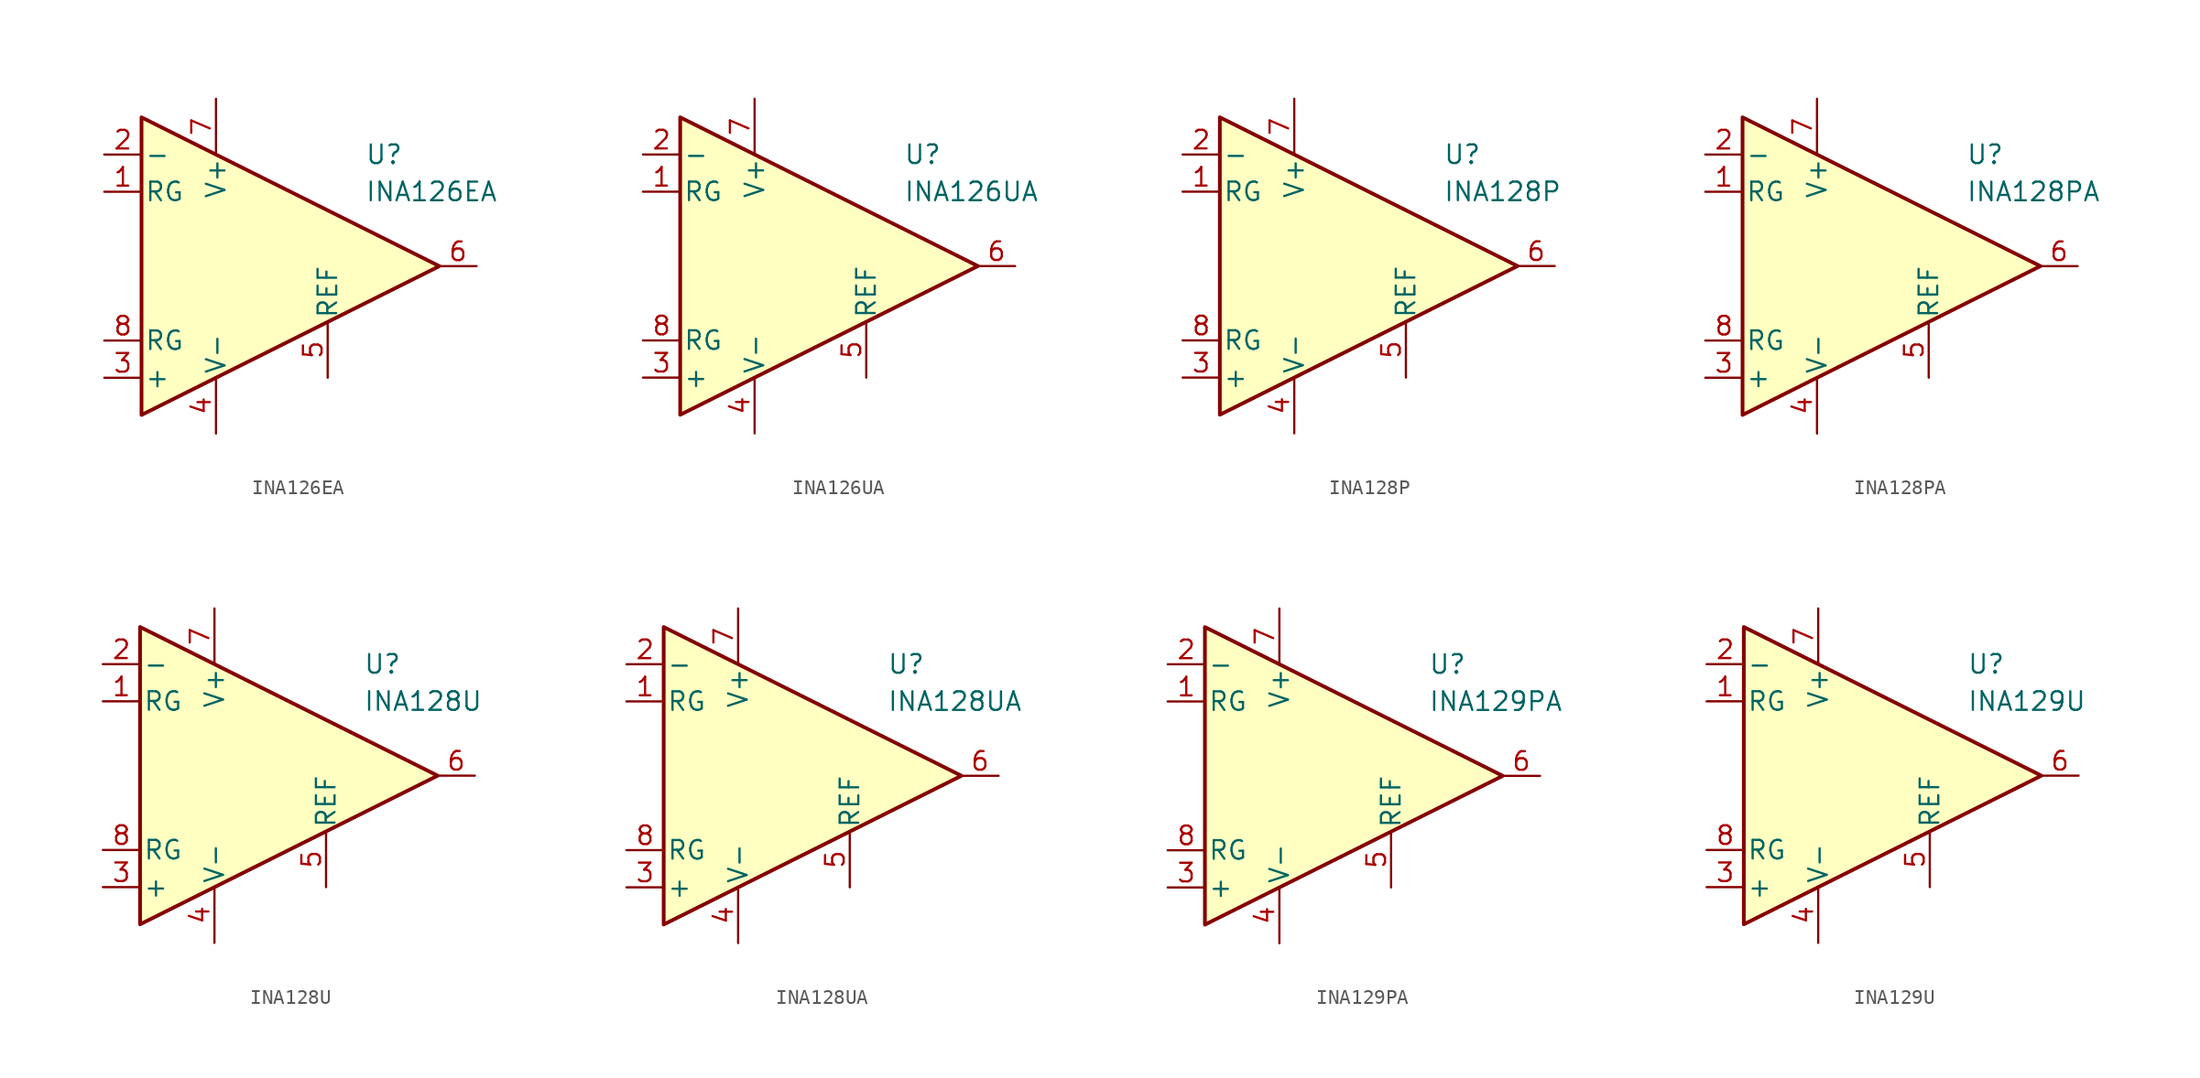
<source format=kicad_sym>
(kicad_symbol_lib
  (version 20211014)
  (generator kicad_symbol_editor)
  (symbol "INA126EA"
    (pin_names
      (offset 0.2))
    (property "Reference" "U"
      (at 6.35 7.62 0)
      (effects (font (size 1.27 1.27)) (justify left)))
    (property "Value" "INA126EA"
      (at 6.35 5.08 0)
      (effects (font (size 1.27 1.27)) (justify left)))
    (symbol "INA126EA_0_1"
      (polyline (pts (xy -8.89 10.16) (xy -8.89 -10.16) (xy 11.43 0) (xy -8.89 10.16)) (stroke (width 0.254) (type default) (color 0 0 0 0)) (fill (type background))))
    (symbol "INA126EA_1_1"
      (pin passive line (at -11.43 5.08 0) (length 2.54) (name "RG" (effects (font (size 1.27 1.27)))) (number "1" (effects (font (size 1.27 1.27)))))
      (pin input line (at -11.43 7.62 0) (length 2.54) (name "-" (effects (font (size 1.27 1.27)))) (number "2" (effects (font (size 1.27 1.27)))))
      (pin input line (at -11.43 -7.62 0) (length 2.54) (name "+" (effects (font (size 1.27 1.27)))) (number "3" (effects (font (size 1.27 1.27)))))
      (pin power_in line (at -3.81 -11.43 90) (length 3.81) (name "V-" (effects (font (size 1.27 1.27)))) (number "4" (effects (font (size 1.27 1.27)))))
      (pin input line (at 3.81 -7.62 90) (length 3.81) (name "REF" (effects (font (size 1.27 1.27)))) (number "5" (effects (font (size 1.27 1.27)))))
      (pin output line (at 13.97 0 180) (length 2.54) (name "~" (effects (font (size 1.27 1.27)))) (number "6" (effects (font (size 1.27 1.27)))))
      (pin power_in line (at -3.81 11.43 270) (length 3.81) (name "V+" (effects (font (size 1.27 1.27)))) (number "7" (effects (font (size 1.27 1.27)))))
      (pin passive line (at -11.43 -5.08 0) (length 2.54) (name "RG" (effects (font (size 1.27 1.27)))) (number "8" (effects (font (size 1.27 1.27)))))))
  (symbol "INA126UA"
    (pin_names
      (offset 0.2))
    (property "Reference" "U"
      (at 6.35 7.62 0)
      (effects (font (size 1.27 1.27)) (justify left)))
    (property "Value" "INA126UA"
      (at 6.35 5.08 0)
      (effects (font (size 1.27 1.27)) (justify left)))
    (symbol "INA126UA_0_1"
      (polyline (pts (xy -8.89 10.16) (xy -8.89 -10.16) (xy 11.43 0) (xy -8.89 10.16)) (stroke (width 0.254) (type default) (color 0 0 0 0)) (fill (type background))))
    (symbol "INA126UA_1_1"
      (pin passive line (at -11.43 5.08 0) (length 2.54) (name "RG" (effects (font (size 1.27 1.27)))) (number "1" (effects (font (size 1.27 1.27)))))
      (pin input line (at -11.43 7.62 0) (length 2.54) (name "-" (effects (font (size 1.27 1.27)))) (number "2" (effects (font (size 1.27 1.27)))))
      (pin input line (at -11.43 -7.62 0) (length 2.54) (name "+" (effects (font (size 1.27 1.27)))) (number "3" (effects (font (size 1.27 1.27)))))
      (pin power_in line (at -3.81 -11.43 90) (length 3.81) (name "V-" (effects (font (size 1.27 1.27)))) (number "4" (effects (font (size 1.27 1.27)))))
      (pin input line (at 3.81 -7.62 90) (length 3.81) (name "REF" (effects (font (size 1.27 1.27)))) (number "5" (effects (font (size 1.27 1.27)))))
      (pin output line (at 13.97 0 180) (length 2.54) (name "~" (effects (font (size 1.27 1.27)))) (number "6" (effects (font (size 1.27 1.27)))))
      (pin power_in line (at -3.81 11.43 270) (length 3.81) (name "V+" (effects (font (size 1.27 1.27)))) (number "7" (effects (font (size 1.27 1.27)))))
      (pin passive line (at -11.43 -5.08 0) (length 2.54) (name "RG" (effects (font (size 1.27 1.27)))) (number "8" (effects (font (size 1.27 1.27)))))))
  (symbol "INA128P"
    (pin_names
      (offset 0.2))
    (property "Reference" "U"
      (at 6.35 7.62 0)
      (effects (font (size 1.27 1.27)) (justify left)))
    (property "Value" "INA128P"
      (at 6.35 5.08 0)
      (effects (font (size 1.27 1.27)) (justify left)))
    (symbol "INA128P_0_1"
      (polyline (pts (xy -8.89 10.16) (xy -8.89 -10.16) (xy 11.43 0) (xy -8.89 10.16)) (stroke (width 0.254) (type default) (color 0 0 0 0)) (fill (type background))))
    (symbol "INA128P_1_1"
      (pin passive line (at -11.43 5.08 0) (length 2.54) (name "RG" (effects (font (size 1.27 1.27)))) (number "1" (effects (font (size 1.27 1.27)))))
      (pin input line (at -11.43 7.62 0) (length 2.54) (name "-" (effects (font (size 1.27 1.27)))) (number "2" (effects (font (size 1.27 1.27)))))
      (pin input line (at -11.43 -7.62 0) (length 2.54) (name "+" (effects (font (size 1.27 1.27)))) (number "3" (effects (font (size 1.27 1.27)))))
      (pin power_in line (at -3.81 -11.43 90) (length 3.81) (name "V-" (effects (font (size 1.27 1.27)))) (number "4" (effects (font (size 1.27 1.27)))))
      (pin input line (at 3.81 -7.62 90) (length 3.81) (name "REF" (effects (font (size 1.27 1.27)))) (number "5" (effects (font (size 1.27 1.27)))))
      (pin output line (at 13.97 0 180) (length 2.54) (name "~" (effects (font (size 1.27 1.27)))) (number "6" (effects (font (size 1.27 1.27)))))
      (pin power_in line (at -3.81 11.43 270) (length 3.81) (name "V+" (effects (font (size 1.27 1.27)))) (number "7" (effects (font (size 1.27 1.27)))))
      (pin passive line (at -11.43 -5.08 0) (length 2.54) (name "RG" (effects (font (size 1.27 1.27)))) (number "8" (effects (font (size 1.27 1.27)))))))
  (symbol "INA128PA"
    (pin_names
      (offset 0.2))
    (property "Reference" "U"
      (at 6.35 7.62 0)
      (effects (font (size 1.27 1.27)) (justify left)))
    (property "Value" "INA128PA"
      (at 6.35 5.08 0)
      (effects (font (size 1.27 1.27)) (justify left)))
    (symbol "INA128PA_0_1"
      (polyline (pts (xy -8.89 10.16) (xy -8.89 -10.16) (xy 11.43 0) (xy -8.89 10.16)) (stroke (width 0.254) (type default) (color 0 0 0 0)) (fill (type background))))
    (symbol "INA128PA_1_1"
      (pin passive line (at -11.43 5.08 0) (length 2.54) (name "RG" (effects (font (size 1.27 1.27)))) (number "1" (effects (font (size 1.27 1.27)))))
      (pin input line (at -11.43 7.62 0) (length 2.54) (name "-" (effects (font (size 1.27 1.27)))) (number "2" (effects (font (size 1.27 1.27)))))
      (pin input line (at -11.43 -7.62 0) (length 2.54) (name "+" (effects (font (size 1.27 1.27)))) (number "3" (effects (font (size 1.27 1.27)))))
      (pin power_in line (at -3.81 -11.43 90) (length 3.81) (name "V-" (effects (font (size 1.27 1.27)))) (number "4" (effects (font (size 1.27 1.27)))))
      (pin input line (at 3.81 -7.62 90) (length 3.81) (name "REF" (effects (font (size 1.27 1.27)))) (number "5" (effects (font (size 1.27 1.27)))))
      (pin output line (at 13.97 0 180) (length 2.54) (name "~" (effects (font (size 1.27 1.27)))) (number "6" (effects (font (size 1.27 1.27)))))
      (pin power_in line (at -3.81 11.43 270) (length 3.81) (name "V+" (effects (font (size 1.27 1.27)))) (number "7" (effects (font (size 1.27 1.27)))))
      (pin passive line (at -11.43 -5.08 0) (length 2.54) (name "RG" (effects (font (size 1.27 1.27)))) (number "8" (effects (font (size 1.27 1.27)))))))
  (symbol "INA128U"
    (pin_names
      (offset 0.2))
    (property "Reference" "U"
      (at 6.35 7.62 0)
      (effects (font (size 1.27 1.27)) (justify left)))
    (property "Value" "INA128U"
      (at 6.35 5.08 0)
      (effects (font (size 1.27 1.27)) (justify left)))
    (symbol "INA128U_0_1"
      (polyline (pts (xy -8.89 10.16) (xy -8.89 -10.16) (xy 11.43 0) (xy -8.89 10.16)) (stroke (width 0.254) (type default) (color 0 0 0 0)) (fill (type background))))
    (symbol "INA128U_1_1"
      (pin passive line (at -11.43 5.08 0) (length 2.54) (name "RG" (effects (font (size 1.27 1.27)))) (number "1" (effects (font (size 1.27 1.27)))))
      (pin input line (at -11.43 7.62 0) (length 2.54) (name "-" (effects (font (size 1.27 1.27)))) (number "2" (effects (font (size 1.27 1.27)))))
      (pin input line (at -11.43 -7.62 0) (length 2.54) (name "+" (effects (font (size 1.27 1.27)))) (number "3" (effects (font (size 1.27 1.27)))))
      (pin power_in line (at -3.81 -11.43 90) (length 3.81) (name "V-" (effects (font (size 1.27 1.27)))) (number "4" (effects (font (size 1.27 1.27)))))
      (pin input line (at 3.81 -7.62 90) (length 3.81) (name "REF" (effects (font (size 1.27 1.27)))) (number "5" (effects (font (size 1.27 1.27)))))
      (pin output line (at 13.97 0 180) (length 2.54) (name "~" (effects (font (size 1.27 1.27)))) (number "6" (effects (font (size 1.27 1.27)))))
      (pin power_in line (at -3.81 11.43 270) (length 3.81) (name "V+" (effects (font (size 1.27 1.27)))) (number "7" (effects (font (size 1.27 1.27)))))
      (pin passive line (at -11.43 -5.08 0) (length 2.54) (name "RG" (effects (font (size 1.27 1.27)))) (number "8" (effects (font (size 1.27 1.27)))))))
  (symbol "INA128UA"
    (pin_names
      (offset 0.2))
    (property "Reference" "U"
      (at 6.35 7.62 0)
      (effects (font (size 1.27 1.27)) (justify left)))
    (property "Value" "INA128UA"
      (at 6.35 5.08 0)
      (effects (font (size 1.27 1.27)) (justify left)))
    (symbol "INA128UA_0_1"
      (polyline (pts (xy -8.89 10.16) (xy -8.89 -10.16) (xy 11.43 0) (xy -8.89 10.16)) (stroke (width 0.254) (type default) (color 0 0 0 0)) (fill (type background))))
    (symbol "INA128UA_1_1"
      (pin passive line (at -11.43 5.08 0) (length 2.54) (name "RG" (effects (font (size 1.27 1.27)))) (number "1" (effects (font (size 1.27 1.27)))))
      (pin input line (at -11.43 7.62 0) (length 2.54) (name "-" (effects (font (size 1.27 1.27)))) (number "2" (effects (font (size 1.27 1.27)))))
      (pin input line (at -11.43 -7.62 0) (length 2.54) (name "+" (effects (font (size 1.27 1.27)))) (number "3" (effects (font (size 1.27 1.27)))))
      (pin power_in line (at -3.81 -11.43 90) (length 3.81) (name "V-" (effects (font (size 1.27 1.27)))) (number "4" (effects (font (size 1.27 1.27)))))
      (pin input line (at 3.81 -7.62 90) (length 3.81) (name "REF" (effects (font (size 1.27 1.27)))) (number "5" (effects (font (size 1.27 1.27)))))
      (pin output line (at 13.97 0 180) (length 2.54) (name "~" (effects (font (size 1.27 1.27)))) (number "6" (effects (font (size 1.27 1.27)))))
      (pin power_in line (at -3.81 11.43 270) (length 3.81) (name "V+" (effects (font (size 1.27 1.27)))) (number "7" (effects (font (size 1.27 1.27)))))
      (pin passive line (at -11.43 -5.08 0) (length 2.54) (name "RG" (effects (font (size 1.27 1.27)))) (number "8" (effects (font (size 1.27 1.27)))))))
  (symbol "INA129PA"
    (pin_names
      (offset 0.2))
    (property "Reference" "U"
      (at 6.35 7.62 0)
      (effects (font (size 1.27 1.27)) (justify left)))
    (property "Value" "INA129PA"
      (at 6.35 5.08 0)
      (effects (font (size 1.27 1.27)) (justify left)))
    (symbol "INA129PA_0_1"
      (polyline (pts (xy -8.89 10.16) (xy -8.89 -10.16) (xy 11.43 0) (xy -8.89 10.16)) (stroke (width 0.254) (type default) (color 0 0 0 0)) (fill (type background))))
    (symbol "INA129PA_1_1"
      (pin passive line (at -11.43 5.08 0) (length 2.54) (name "RG" (effects (font (size 1.27 1.27)))) (number "1" (effects (font (size 1.27 1.27)))))
      (pin input line (at -11.43 7.62 0) (length 2.54) (name "-" (effects (font (size 1.27 1.27)))) (number "2" (effects (font (size 1.27 1.27)))))
      (pin input line (at -11.43 -7.62 0) (length 2.54) (name "+" (effects (font (size 1.27 1.27)))) (number "3" (effects (font (size 1.27 1.27)))))
      (pin power_in line (at -3.81 -11.43 90) (length 3.81) (name "V-" (effects (font (size 1.27 1.27)))) (number "4" (effects (font (size 1.27 1.27)))))
      (pin input line (at 3.81 -7.62 90) (length 3.81) (name "REF" (effects (font (size 1.27 1.27)))) (number "5" (effects (font (size 1.27 1.27)))))
      (pin output line (at 13.97 0 180) (length 2.54) (name "~" (effects (font (size 1.27 1.27)))) (number "6" (effects (font (size 1.27 1.27)))))
      (pin power_in line (at -3.81 11.43 270) (length 3.81) (name "V+" (effects (font (size 1.27 1.27)))) (number "7" (effects (font (size 1.27 1.27)))))
      (pin passive line (at -11.43 -5.08 0) (length 2.54) (name "RG" (effects (font (size 1.27 1.27)))) (number "8" (effects (font (size 1.27 1.27)))))))
  (symbol "INA129U"
    (pin_names
      (offset 0.2))
    (property "Reference" "U"
      (at 6.35 7.62 0)
      (effects (font (size 1.27 1.27)) (justify left)))
    (property "Value" "INA129U"
      (at 6.35 5.08 0)
      (effects (font (size 1.27 1.27)) (justify left)))
    (symbol "INA129U_0_1"
      (polyline (pts (xy -8.89 10.16) (xy -8.89 -10.16) (xy 11.43 0) (xy -8.89 10.16)) (stroke (width 0.254) (type default) (color 0 0 0 0)) (fill (type background))))
    (symbol "INA129U_1_1"
      (pin passive line (at -11.43 5.08 0) (length 2.54) (name "RG" (effects (font (size 1.27 1.27)))) (number "1" (effects (font (size 1.27 1.27)))))
      (pin input line (at -11.43 7.62 0) (length 2.54) (name "-" (effects (font (size 1.27 1.27)))) (number "2" (effects (font (size 1.27 1.27)))))
      (pin input line (at -11.43 -7.62 0) (length 2.54) (name "+" (effects (font (size 1.27 1.27)))) (number "3" (effects (font (size 1.27 1.27)))))
      (pin power_in line (at -3.81 -11.43 90) (length 3.81) (name "V-" (effects (font (size 1.27 1.27)))) (number "4" (effects (font (size 1.27 1.27)))))
      (pin input line (at 3.81 -7.62 90) (length 3.81) (name "REF" (effects (font (size 1.27 1.27)))) (number "5" (effects (font (size 1.27 1.27)))))
      (pin output line (at 13.97 0 180) (length 2.54) (name "~" (effects (font (size 1.27 1.27)))) (number "6" (effects (font (size 1.27 1.27)))))
      (pin power_in line (at -3.81 11.43 270) (length 3.81) (name "V+" (effects (font (size 1.27 1.27)))) (number "7" (effects (font (size 1.27 1.27)))))
      (pin passive line (at -11.43 -5.08 0) (length 2.54) (name "RG" (effects (font (size 1.27 1.27)))) (number "8" (effects (font (size 1.27 1.27))))))))
</source>
